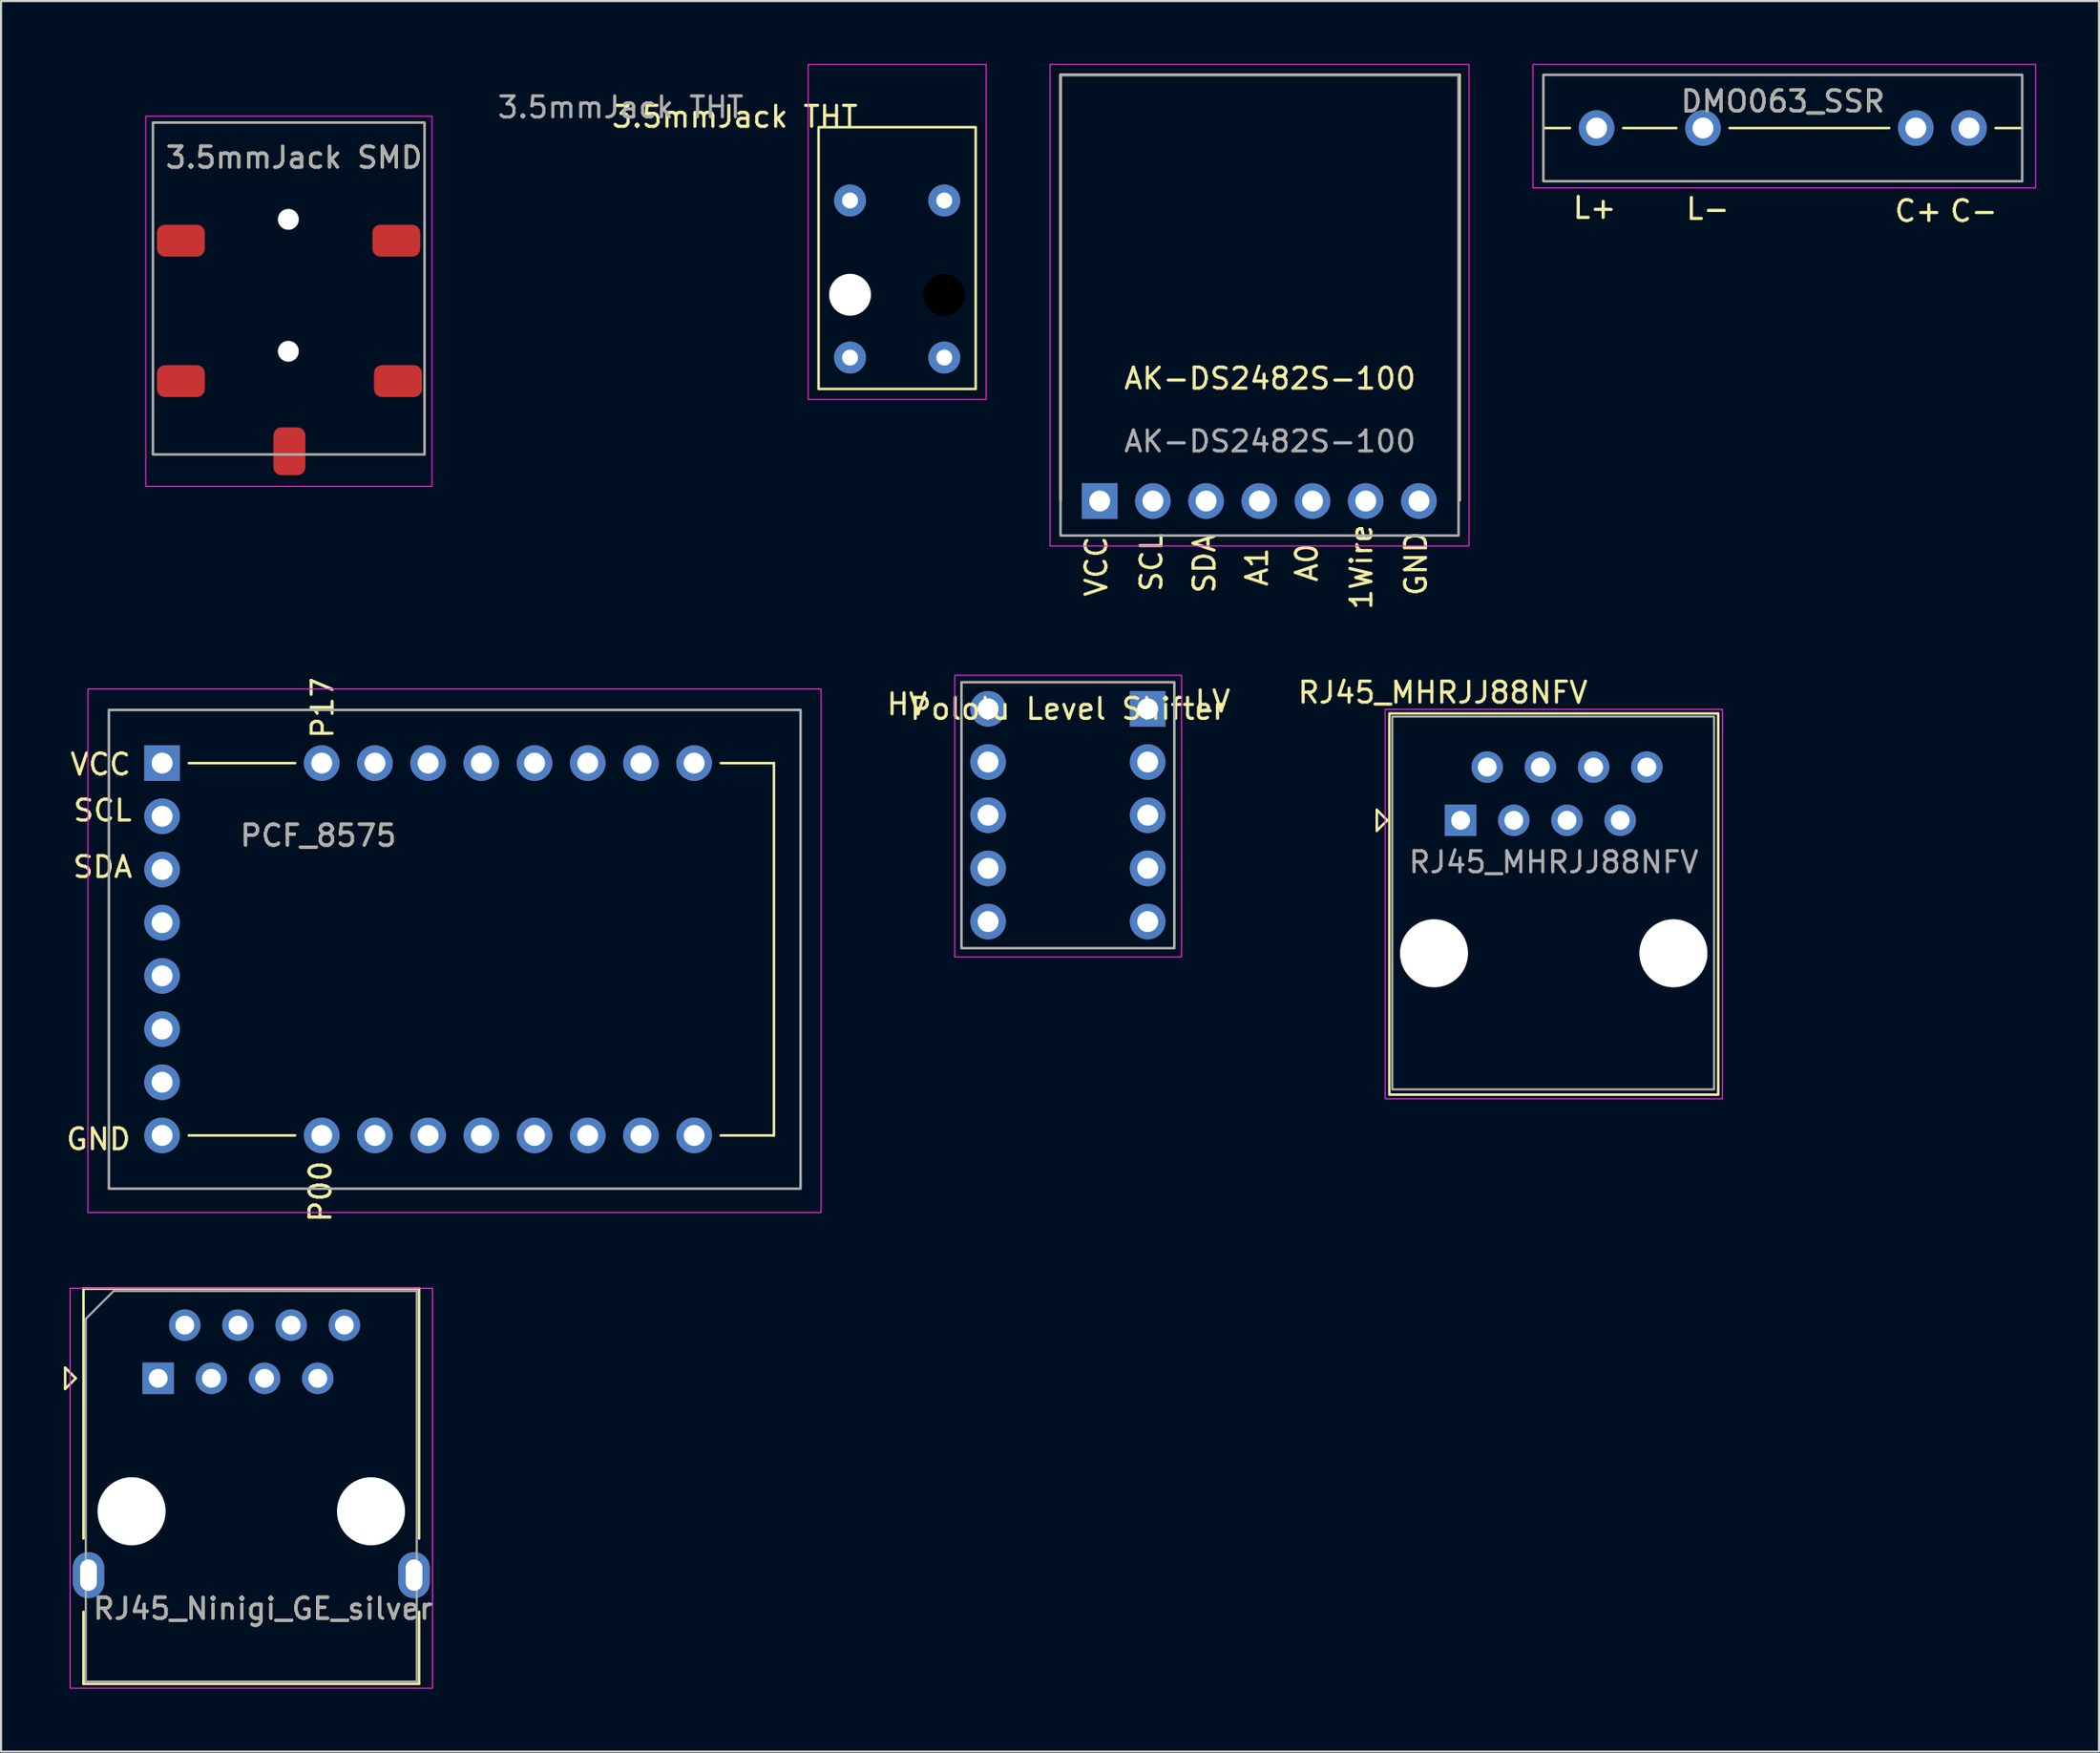
<source format=kicad_pcb>
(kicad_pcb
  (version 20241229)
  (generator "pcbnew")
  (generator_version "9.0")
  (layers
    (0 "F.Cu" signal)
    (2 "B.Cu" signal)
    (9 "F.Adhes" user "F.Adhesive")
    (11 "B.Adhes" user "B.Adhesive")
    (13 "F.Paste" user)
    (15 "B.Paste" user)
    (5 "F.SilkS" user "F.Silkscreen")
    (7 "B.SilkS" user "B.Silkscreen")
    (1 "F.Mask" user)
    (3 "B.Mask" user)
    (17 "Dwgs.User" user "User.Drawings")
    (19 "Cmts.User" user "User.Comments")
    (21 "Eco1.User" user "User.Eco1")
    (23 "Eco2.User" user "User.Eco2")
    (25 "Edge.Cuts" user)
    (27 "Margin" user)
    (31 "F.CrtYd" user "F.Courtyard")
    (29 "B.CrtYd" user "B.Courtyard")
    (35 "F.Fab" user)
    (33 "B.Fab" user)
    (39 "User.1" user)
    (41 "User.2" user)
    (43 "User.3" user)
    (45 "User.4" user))
  (footprint "3.5mmJack THT"
    (layer "F.Cu")
    (at 32.03 3.025)
    (property "Reference" "3.5mmJack THT" (at 0 -0.5 0) (unlocked yes) (layer "F.SilkS") (effects (font (size 1 1) (thickness 0.15))))
    (attr through_hole)
    (fp_rect (start 4 0) (end 11.5 12.5) (stroke (width 0.12) (type solid)) (fill no) (layer "F.SilkS"))
    (fp_rect (start 3.5 -3) (end 12 13) (stroke (width 0.05) (type solid)) (fill no) (layer "F.CrtYd"))
    (fp_text user "${REFERENCE}" (at -5.45 -0.95 0) (unlocked yes) (layer "F.Fab") (effects (font (size 1 1) (thickness 0.15))))
    (pad "" np_thru_hole circle (at 5.5 8) (size 2 2) (drill 2) (layers "*.Cu"))
    (pad "" np_thru_hole circle (at 10 8) (size 2 2) (drill 2) (layers "*.Mask"))
    (pad "1" thru_hole circle (at 10 11) (size 1.524 1.524) (drill 0.762) (layers "*.Cu" "*.Mask"))
    (pad "2" thru_hole circle (at 10 3.5) (size 1.524 1.524) (drill 0.762) (layers "*.Cu" "*.Mask"))
    (pad "3" thru_hole circle (at 5.5 11) (size 1.524 1.524) (drill 0.762) (layers "*.Cu" "*.Mask"))
    (pad "4" thru_hole circle (at 5.5 3.5) (size 1.524 1.524) (drill 0.762) (layers "*.Cu" "*.Mask")))
  (footprint "RJ45_Ninigi_GE_silver"
    (layer "F.Cu")
    (at 4.501 62.769)
    (property "Reference" "RJ45_Ninigi_GE_silver" (at 5 11 0) (layer "F.SilkS") (effects (font (size 1 1) (thickness 0.15))))
    (attr through_hole)
    (fp_line (start -4.441 -0.508) (end -4.441 0.508) (stroke (width 0.12) (type solid)) (layer "F.SilkS"))
    (fp_line (start -4.441 0.508) (end -3.933 0) (stroke (width 0.12) (type solid)) (layer "F.SilkS"))
    (fp_line (start -3.933 0) (end -4.441 -0.508) (stroke (width 0.12) (type solid)) (layer "F.SilkS"))
    (fp_line (start -3.565 -4.28) (end -3.565 7.65) (stroke (width 0.12) (type solid)) (layer "F.SilkS"))
    (fp_line (start -3.565 11.15) (end -3.565 14.59) (stroke (width 0.12) (type solid)) (layer "F.SilkS"))
    (fp_line (start 12.455 -4.28) (end -3.565 -4.28) (stroke (width 0.12) (type solid)) (layer "F.SilkS"))
    (fp_line (start 12.455 -4.28) (end 12.455 7.65) (stroke (width 0.12) (type solid)) (layer "F.SilkS"))
    (fp_line (start 12.455 11.15) (end 12.455 14.59) (stroke (width 0.12) (type solid)) (layer "F.SilkS"))
    (fp_line (start 12.455 14.59) (end -3.565 14.59) (stroke (width 0.12) (type solid)) (layer "F.SilkS"))
    (fp_rect (start -4.2 -4.3) (end 13.1 14.8) (stroke (width 0.05) (type solid)) (fill no) (layer "F.CrtYd"))
    (fp_line (start -3.455 -2.84) (end -3.455 14.48) (stroke (width 0.1) (type solid)) (layer "F.Fab"))
    (fp_line (start -3.455 -2.84) (end -2.125 -4.17) (stroke (width 0.1) (type solid)) (layer "F.Fab"))
    (fp_line (start 12.345 -4.17) (end -2.125 -4.17) (stroke (width 0.1) (type solid)) (layer "F.Fab"))
    (fp_line (start 12.345 14.48) (end -3.455 14.48) (stroke (width 0.1) (type solid)) (layer "F.Fab"))
    (fp_line (start 12.345 14.48) (end 12.345 -4.17) (stroke (width 0.1) (type solid)) (layer "F.Fab"))
    (fp_text user "${REFERENCE}" (at 5 11 0) (layer "F.Fab") (effects (font (size 1 1) (thickness 0.15))))
    (pad "" np_thru_hole circle (at -1.27 6.35) (size 3.25 3.25) (drill 3.25) (layers "*.Cu" "*.Mask"))
    (pad "" np_thru_hole circle (at 10.16 6.35 180) (size 3.25 3.25) (drill 3.25) (layers "*.Cu" "*.Mask"))
    (pad "1" thru_hole rect (at 0 0 180) (size 1.5 1.5) (drill 0.9) (layers "*.Cu" "*.Mask"))
    (pad "2" thru_hole circle (at 1.27 -2.54 180) (size 1.5 1.5) (drill 0.9) (layers "*.Cu" "*.Mask"))
    (pad "3" thru_hole circle (at 2.54 0 180) (size 1.5 1.5) (drill 0.9) (layers "*.Cu" "*.Mask"))
    (pad "4" thru_hole circle (at 3.81 -2.54 180) (size 1.5 1.5) (drill 0.9) (layers "*.Cu" "*.Mask"))
    (pad "5" thru_hole circle (at 5.08 0 180) (size 1.5 1.5) (drill 0.9) (layers "*.Cu" "*.Mask"))
    (pad "6" thru_hole circle (at 6.35 -2.54 180) (size 1.5 1.5) (drill 0.9) (layers "*.Cu" "*.Mask"))
    (pad "7" thru_hole circle (at 7.62 0 180) (size 1.5 1.5) (drill 0.9) (layers "*.Cu" "*.Mask"))
    (pad "8" thru_hole circle (at 8.89 -2.54 180) (size 1.5 1.5) (drill 0.9) (layers "*.Cu" "*.Mask"))
    (pad "SH" thru_hole oval (at -3.325 9.4) (size 1.5 2.2) (drill oval 0.8 1.5) (layers "*.Cu" "*.Mask"))
    (pad "SH" thru_hole oval (at 12.215 9.4) (size 1.5 2.2) (drill oval 0.8 1.5) (layers "*.Cu" "*.Mask")))
  (footprint "DMO063_SSR"
    (layer "F.Cu")
    (at 70.63 0.525)
    (property "Reference" "DMO063_SSR" (at 11.43 1.27 0) (unlocked yes) (layer "F.SilkS") (effects (font (size 1 1) (thickness 0.15))))
    (attr through_hole)
    (fp_line (start 0 2.54) (end 1.27 2.54) (stroke (width 0.12) (type solid)) (layer "F.SilkS"))
    (fp_line (start 3.81 2.54) (end 6.35 2.54) (stroke (width 0.12) (type solid)) (layer "F.SilkS"))
    (fp_line (start 8.89 2.54) (end 16.51 2.54) (stroke (width 0.12) (type solid)) (layer "F.SilkS"))
    (fp_line (start 21.59 2.54) (end 22.86 2.54) (stroke (width 0.12) (type solid)) (layer "F.SilkS"))
    (fp_rect (start -0.5 -0.5) (end 23.5 5.4) (stroke (width 0.05) (type solid)) (fill no) (layer "F.CrtYd"))
    (fp_rect (start 0 0) (end 22.86 5.08) (stroke (width 0.12) (type solid)) (fill no) (layer "F.Fab"))
    (fp_text user "L-" (at 7.85 6.4 0) (unlocked yes) (layer "F.SilkS") (effects (font (size 1 1) (thickness 0.15))))
    (fp_text user "L+" (at 2.45 6.35 0) (unlocked yes) (layer "F.SilkS") (effects (font (size 1 1) (thickness 0.15))))
    (fp_text user "C+" (at 17.9 6.5 0) (unlocked yes) (layer "F.SilkS") (effects (font (size 1 1) (thickness 0.15))))
    (fp_text user "C-" (at 20.55 6.5 0) (unlocked yes) (layer "F.SilkS") (effects (font (size 1 1) (thickness 0.15))))
    (fp_text user "${REFERENCE}" (at 11.43 1.27 0) (unlocked yes) (layer "F.Fab") (effects (font (size 1 1) (thickness 0.15))))
    (pad "1" thru_hole circle (at 2.54 2.54) (size 1.7 1.7) (drill 1) (layers "*.Cu" "*.Mask"))
    (pad "2" thru_hole circle (at 7.62 2.54) (size 1.7 1.7) (drill 1) (layers "*.Cu" "*.Mask"))
    (pad "3" thru_hole circle (at 17.78 2.54) (size 1.7 1.7) (drill 1) (layers "*.Cu" "*.Mask"))
    (pad "4" thru_hole circle (at 20.32 2.54) (size 1.7 1.7) (drill 1) (layers "*.Cu" "*.Mask")))
  (footprint "AK-DS2482S-100"
    (layer "F.Cu")
    (at 47.58 0.525)
    (property "Reference" "AK-DS2482S-100" (at 10 14.5 0) (unlocked yes) (layer "F.SilkS") (effects (font (size 1 1) (thickness 0.15))))
    (attr through_hole)
    (fp_line (start 0 0) (end 19.05 0) (stroke (width 0.12) (type solid)) (layer "F.SilkS"))
    (fp_line (start 0 20.32) (end 0 0) (stroke (width 0.12) (type solid)) (layer "F.SilkS"))
    (fp_line (start 19.05 0) (end 19.05 20.32) (stroke (width 0.12) (type solid)) (layer "F.SilkS"))
    (fp_rect (start -0.5 -0.5) (end 19.5 22.5) (stroke (width 0.05) (type solid)) (fill no) (layer "F.CrtYd"))
    (fp_rect (start 0 0) (end 19 22) (stroke (width 0.12) (type solid)) (fill no) (layer "F.Fab"))
    (fp_text user "VCC" (at 1.71 23.47 90) (unlocked yes) (layer "F.SilkS") (effects (font (size 1 1) (thickness 0.15))))
    (fp_text user "GND" (at 16.97 23.34 90) (unlocked yes) (layer "F.SilkS") (effects (font (size 1 1) (thickness 0.15))))
    (fp_text user "SCL" (at 4.34 23.29 90) (unlocked yes) (layer "F.SilkS") (effects (font (size 1 1) (thickness 0.15))))
    (fp_text user "A1" (at 9.38 23.5 90) (unlocked yes) (layer "F.SilkS") (effects (font (size 1 1) (thickness 0.15))))
    (fp_text user "SDA" (at 6.87 23.34 90) (unlocked yes) (layer "F.SilkS") (effects (font (size 1 1) (thickness 0.15))))
    (fp_text user "1Wire" (at 14.36 23.5 90) (unlocked yes) (layer "F.SilkS") (effects (font (size 1 1) (thickness 0.15))))
    (fp_text user "A0" (at 11.76 23.29 90) (unlocked yes) (layer "F.SilkS") (effects (font (size 1 1) (thickness 0.15))))
    (fp_text user "${REFERENCE}" (at 10 17.5 0) (unlocked yes) (layer "F.Fab") (effects (font (size 1 1) (thickness 0.15))))
    (pad "1" thru_hole rect (at 1.87 20.35) (size 1.7 1.7) (drill 1) (layers "*.Cu" "*.Mask"))
    (pad "2" thru_hole circle (at 4.41 20.35) (size 1.7 1.7) (drill 1) (layers "*.Cu" "*.Mask"))
    (pad "3" thru_hole circle (at 6.95 20.35) (size 1.7 1.7) (drill 1) (layers "*.Cu" "*.Mask"))
    (pad "4" thru_hole circle (at 9.49 20.35) (size 1.7 1.7) (drill 1) (layers "*.Cu" "*.Mask"))
    (pad "5" thru_hole circle (at 12.03 20.35) (size 1.7 1.7) (drill 1) (layers "*.Cu" "*.Mask"))
    (pad "6" thru_hole circle (at 14.57 20.35) (size 1.7 1.7) (drill 1) (layers "*.Cu" "*.Mask"))
    (pad "7" thru_hole circle (at 17.11 20.35) (size 1.7 1.7) (drill 1) (layers "*.Cu" "*.Mask")))
  (footprint "3.5mmJack SMD"
    (layer "F.Cu")
    (at 0.25 5.394)
    (property "Reference" "3.5mmJack SMD" (at 10.74 -0.92 0) (unlocked yes) (layer "F.SilkS") (effects (font (size 1 1) (thickness 0.15))))
    (attr smd)
    (fp_rect (start 3.658 -2.896) (end 17.323 14.783) (stroke (width 0.05) (type solid)) (fill no) (layer "F.CrtYd"))
    (fp_rect (start 4 -2.591) (end 16.967 13.259) (stroke (width 0.12) (type solid)) (fill no) (layer "F.Fab"))
    (fp_line (start 5.334 2.921) (end 5.334 -5.08) (stroke (width 0.12) (type solid)) (layer "User.1"))
    (fp_line (start 15.621 3.048) (end 15.621 -5.334) (stroke (width 0.12) (type solid)) (layer "User.1"))
    (fp_text user "${REFERENCE}" (at 10.74 -0.92 0) (unlocked yes) (layer "F.Fab") (effects (font (size 1 1) (thickness 0.15))))
    (pad "" np_thru_hole circle (at 10.465 2.032) (size 1 1) (drill 1.3) (layers "*.Cu" "*.Mask"))
    (pad "" np_thru_hole circle (at 10.465 8.331) (size 1 1) (drill 1.3) (layers "*.Cu" "*.Mask"))
    (pad "1" smd roundrect (at 5.334 9.754) (size 2.286 1.524) (layers "F.Cu" "F.Mask" "F.Paste") (roundrect_rratio 0.25))
    (pad "2" smd roundrect (at 10.516 13.106 90) (size 2.286 1.524) (layers "F.Cu" "F.Mask" "F.Paste") (roundrect_rratio 0.25))
    (pad "3" smd roundrect (at 15.697 9.754) (size 2.286 1.524) (layers "F.Cu" "F.Mask" "F.Paste") (roundrect_rratio 0.25))
    (pad "4" smd roundrect (at 15.621 3.048) (size 2.286 1.524) (layers "F.Cu" "F.Mask" "F.Paste") (roundrect_rratio 0.25))
    (pad "5" smd roundrect (at 5.334 3.048) (size 2.286 1.524) (layers "F.Cu" "F.Mask" "F.Paste") (roundrect_rratio 0.25)))
  (footprint "Pololu Level Shifter"
    (layer "F.Cu")
    (at 42.851 29.529)
    (property "Reference" "Pololu Level Shifter" (at 5.08 1.27 0) (unlocked yes) (layer "F.SilkS") (effects (font (size 1 1) (thickness 0.15))))
    (attr through_hole)
    (fp_rect (start -0.32 -0.33) (end 10.51 13.12) (stroke (width 0.05) (type solid)) (fill no) (layer "F.CrtYd"))
    (fp_rect (start 0 0) (end 10.16 12.7) (stroke (width 0.12) (type solid)) (fill no) (layer "F.Fab"))
    (fp_text user "LV" (at 11.99 0.91 0) (unlocked yes) (layer "F.SilkS") (effects (font (size 1 1) (thickness 0.15))))
    (fp_text user "HV" (at -2.6 1.05 0) (unlocked yes) (layer "F.SilkS") (effects (font (size 1 1) (thickness 0.15))))
    (pad "1" thru_hole rect (at 8.89 1.27) (size 1.7 1.7) (drill 1) (layers "*.Cu" "*.Mask"))
    (pad "2" thru_hole oval (at 8.89 3.81) (size 1.7 1.7) (drill 1) (layers "*.Cu" "*.Mask"))
    (pad "3" thru_hole oval (at 8.89 6.35) (size 1.7 1.7) (drill 1) (layers "*.Cu" "*.Mask"))
    (pad "4" thru_hole oval (at 8.89 8.89) (size 1.7 1.7) (drill 1) (layers "*.Cu" "*.Mask"))
    (pad "5" thru_hole oval (at 8.89 11.43) (size 1.7 1.7) (drill 1) (layers "*.Cu" "*.Mask"))
    (pad "6" thru_hole circle (at 1.27 1.27) (size 1.7 1.7) (drill 1) (layers "*.Cu" "*.Mask"))
    (pad "7" thru_hole oval (at 1.27 3.81) (size 1.7 1.7) (drill 1) (layers "*.Cu" "*.Mask"))
    (pad "8" thru_hole oval (at 1.27 6.35) (size 1.7 1.7) (drill 1) (layers "*.Cu" "*.Mask"))
    (pad "9" thru_hole oval (at 1.27 8.89) (size 1.7 1.7) (drill 1) (layers "*.Cu" "*.Mask"))
    (pad "10" thru_hole oval (at 1.27 11.43) (size 1.7 1.7) (drill 1) (layers "*.Cu" "*.Mask")))
  (footprint "PCF_8575"
    (layer "F.Cu")
    (at 2.149 30.851)
    (property "Reference" "PCF_8575" (at 10 6 0) (unlocked yes) (layer "F.SilkS") (effects (font (size 1 1) (thickness 0.15))))
    (attr through_hole)
    (fp_line (start 3.81 2.54) (end 8.89 2.54) (stroke (width 0.12) (type solid)) (layer "F.SilkS"))
    (fp_line (start 8.89 20.32) (end 3.81 20.32) (stroke (width 0.12) (type solid)) (layer "F.SilkS"))
    (fp_line (start 29.21 2.54) (end 31.75 2.54) (stroke (width 0.12) (type solid)) (layer "F.SilkS"))
    (fp_line (start 31.75 2.54) (end 31.75 20.32) (stroke (width 0.12) (type solid)) (layer "F.SilkS"))
    (fp_line (start 31.75 20.32) (end 29.21 20.32) (stroke (width 0.12) (type solid)) (layer "F.SilkS"))
    (fp_rect (start -1 -1) (end 34 24) (stroke (width 0.05) (type solid)) (fill no) (layer "F.CrtYd"))
    (fp_rect (start 0 0) (end 33.02 22.86) (stroke (width 0.12) (type solid)) (fill no) (layer "F.Fab"))
    (fp_text user "P00" (at 10.1 23 90) (unlocked yes) (layer "F.SilkS") (effects (font (size 1 1) (thickness 0.15))))
    (fp_text user "SCL" (at -0.3 4.8 0) (unlocked yes) (layer "F.SilkS") (effects (font (size 1 1) (thickness 0.15))))
    (fp_text user "SDA" (at -0.3 7.5 0) (unlocked yes) (layer "F.SilkS") (effects (font (size 1 1) (thickness 0.15))))
    (fp_text user "GND" (at -0.5 20.5 0) (unlocked yes) (layer "F.SilkS") (effects (font (size 1 1) (thickness 0.15))))
    (fp_text user "VCC" (at -0.4 2.6 0) (unlocked yes) (layer "F.SilkS") (effects (font (size 1 1) (thickness 0.15))))
    (fp_text user "P17" (at 10.2 -0.1 90) (unlocked yes) (layer "F.SilkS") (effects (font (size 1 1) (thickness 0.15))))
    (fp_text user "${REFERENCE}" (at 10 6 0) (unlocked yes) (layer "F.Fab") (effects (font (size 1 1) (thickness 0.15))))
    (pad "1" thru_hole rect (at 2.54 2.54) (size 1.7 1.7) (drill 1) (layers "*.Cu" "*.Mask"))
    (pad "2" thru_hole circle (at 2.54 5.08) (size 1.7 1.7) (drill 1) (layers "*.Cu" "*.Mask"))
    (pad "3" thru_hole oval (at 2.54 7.62) (size 1.7 1.7) (drill 1) (layers "*.Cu" "*.Mask"))
    (pad "4" thru_hole oval (at 2.54 10.16) (size 1.7 1.7) (drill 1) (layers "*.Cu" "*.Mask"))
    (pad "5" thru_hole oval (at 2.54 12.7) (size 1.7 1.7) (drill 1) (layers "*.Cu" "*.Mask"))
    (pad "6" thru_hole oval (at 2.54 15.24) (size 1.7 1.7) (drill 1) (layers "*.Cu" "*.Mask"))
    (pad "7" thru_hole oval (at 2.54 17.78) (size 1.7 1.7) (drill 1) (layers "*.Cu" "*.Mask"))
    (pad "8" thru_hole oval (at 2.54 20.32) (size 1.7 1.7) (drill 1) (layers "*.Cu" "*.Mask"))
    (pad "9" thru_hole oval (at 10.16 20.32 270) (size 1.7 1.7) (drill 1) (layers "*.Cu" "*.Mask"))
    (pad "10" thru_hole oval (at 12.7 20.32 270) (size 1.7 1.7) (drill 1) (layers "*.Cu" "*.Mask"))
    (pad "11" thru_hole oval (at 15.24 20.32 270) (size 1.7 1.7) (drill 1) (layers "*.Cu" "*.Mask"))
    (pad "12" thru_hole oval (at 17.78 20.32 270) (size 1.7 1.7) (drill 1) (layers "*.Cu" "*.Mask"))
    (pad "13" thru_hole oval (at 20.32 20.32 270) (size 1.7 1.7) (drill 1) (layers "*.Cu" "*.Mask"))
    (pad "14" thru_hole oval (at 22.86 20.32 270) (size 1.7 1.7) (drill 1) (layers "*.Cu" "*.Mask"))
    (pad "15" thru_hole oval (at 25.4 20.32 270) (size 1.7 1.7) (drill 1) (layers "*.Cu" "*.Mask"))
    (pad "16" thru_hole circle (at 27.94 20.32 270) (size 1.7 1.7) (drill 1) (layers "*.Cu" "*.Mask"))
    (pad "17" thru_hole circle (at 27.94 2.54 270) (size 1.7 1.7) (drill 1) (layers "*.Cu" "*.Mask"))
    (pad "18" thru_hole oval (at 25.4 2.54 270) (size 1.7 1.7) (drill 1) (layers "*.Cu" "*.Mask"))
    (pad "19" thru_hole oval (at 22.86 2.54 270) (size 1.7 1.7) (drill 1) (layers "*.Cu" "*.Mask"))
    (pad "20" thru_hole oval (at 20.32 2.54 270) (size 1.7 1.7) (drill 1) (layers "*.Cu" "*.Mask"))
    (pad "21" thru_hole oval (at 17.78 2.54 270) (size 1.7 1.7) (drill 1) (layers "*.Cu" "*.Mask"))
    (pad "22" thru_hole oval (at 15.24 2.54 270) (size 1.7 1.7) (drill 1) (layers "*.Cu" "*.Mask"))
    (pad "23" thru_hole oval (at 12.7 2.54 270) (size 1.7 1.7) (drill 1) (layers "*.Cu" "*.Mask"))
    (pad "24" thru_hole oval (at 10.16 2.54 270) (size 1.7 1.7) (drill 1) (layers "*.Cu" "*.Mask")))
  (footprint "RJ45_MHRJJ88NFV"
    (layer "F.Cu")
    (at 66.679 36.122)
    (property "Reference" "RJ45_MHRJJ88NFV" (at -0.85 -6.1 0) (layer "F.SilkS") (effects (font (size 1 1) (thickness 0.15))))
    (attr through_hole)
    (fp_line (start -4 -0.5) (end -4 0.5) (stroke (width 0.12) (type solid)) (layer "F.SilkS"))
    (fp_line (start -4 0.5) (end -3.5 0) (stroke (width 0.12) (type solid)) (layer "F.SilkS"))
    (fp_line (start -3.5 0) (end -4 -0.5) (stroke (width 0.12) (type solid)) (layer "F.SilkS"))
    (fp_rect (start -3.4 -5.1) (end 12.3 13.1) (stroke (width 0.12) (type solid)) (fill no) (layer "F.SilkS"))
    (fp_rect (start -3.6 -5.3) (end 12.5 13.3) (stroke (width 0.05) (type solid)) (fill no) (layer "F.CrtYd"))
    (fp_rect (start -3.26 -4.95) (end 12.1 12.85) (stroke (width 0.1) (type solid)) (fill no) (layer "F.Fab"))
    (fp_text user "${REFERENCE}" (at 4.445 2 0) (layer "F.Fab") (effects (font (size 1 1) (thickness 0.15))))
    (pad "" np_thru_hole circle (at -1.27 6.35) (size 3.25 3.25) (drill 3.25) (layers "*.Cu" "*.Mask"))
    (pad "" np_thru_hole circle (at 10.16 6.35) (size 3.25 3.25) (drill 3.25) (layers "*.Cu" "*.Mask"))
    (pad "1" thru_hole rect (at 0 0) (size 1.5 1.5) (drill 0.9) (layers "*.Cu" "*.Mask"))
    (pad "2" thru_hole circle (at 1.27 -2.54) (size 1.5 1.5) (drill 0.9) (layers "*.Cu" "*.Mask"))
    (pad "3" thru_hole circle (at 2.54 0) (size 1.5 1.5) (drill 0.9) (layers "*.Cu" "*.Mask"))
    (pad "4" thru_hole circle (at 3.81 -2.54) (size 1.5 1.5) (drill 0.9) (layers "*.Cu" "*.Mask"))
    (pad "5" thru_hole circle (at 5.08 0) (size 1.5 1.5) (drill 0.9) (layers "*.Cu" "*.Mask"))
    (pad "6" thru_hole circle (at 6.35 -2.54) (size 1.5 1.5) (drill 0.9) (layers "*.Cu" "*.Mask"))
    (pad "7" thru_hole circle (at 7.62 0) (size 1.5 1.5) (drill 0.9) (layers "*.Cu" "*.Mask"))
    (pad "8" thru_hole circle (at 8.89 -2.54) (size 1.5 1.5) (drill 0.9) (layers "*.Cu" "*.Mask")))
  (gr_rect
    (start -3 -3)
    (end 97.155 80.594)
    (stroke (width 0.1) (type default))
    (fill no)
    (layer "Edge.Cuts")))
</source>
